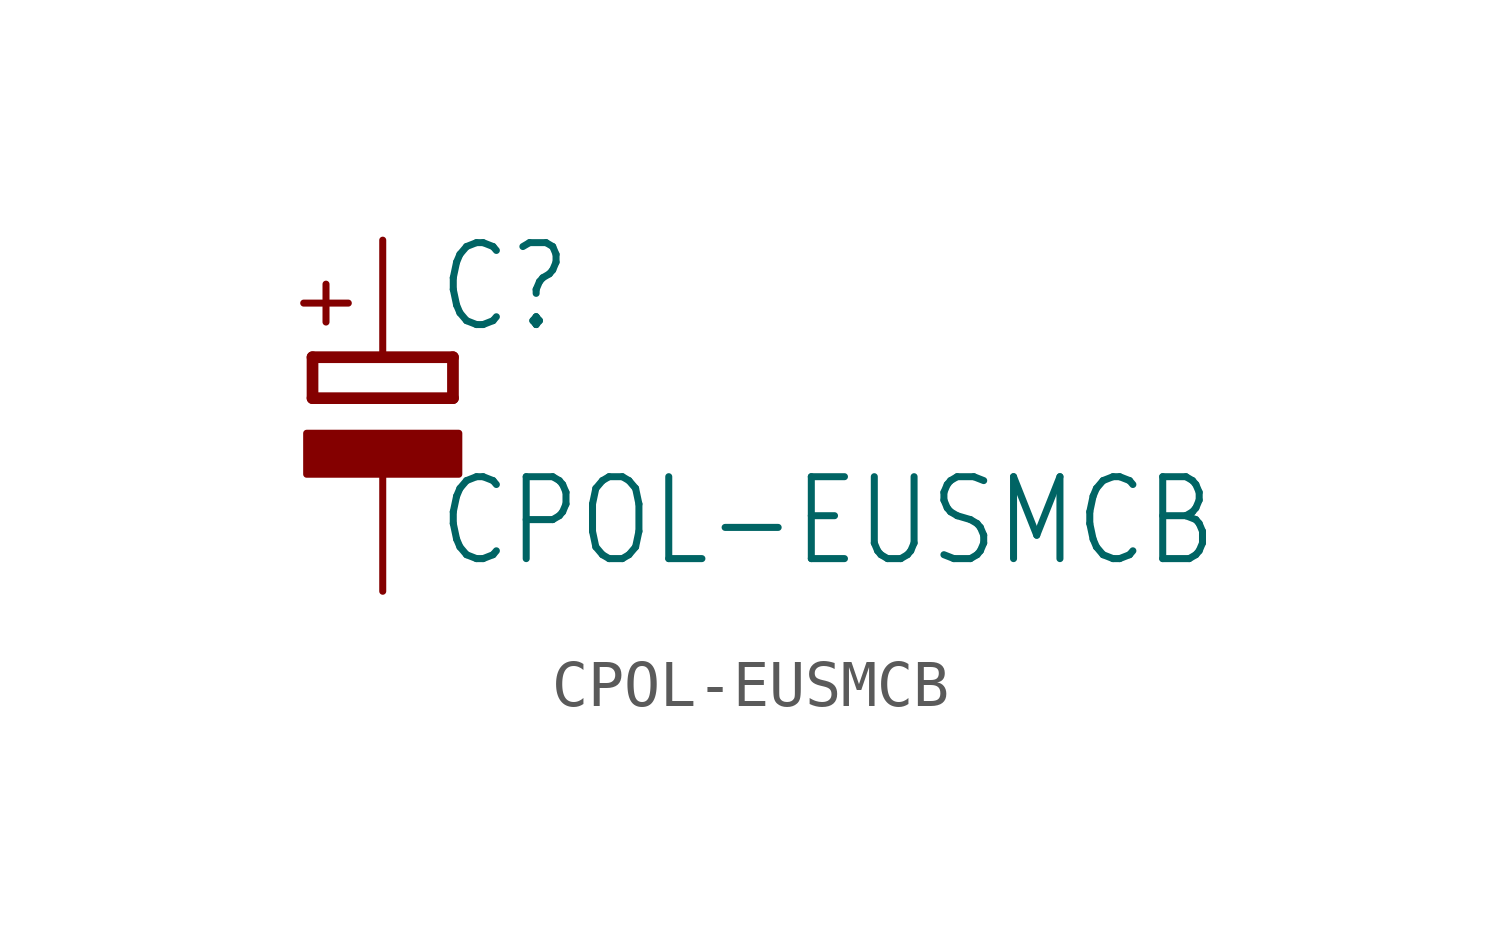
<source format=kicad_sym>
(kicad_symbol_lib
  (version 20220914)
  (generator kicad_symbol_editor)
  (symbol "CPOL-EUSMCB"
    (property "Reference" "C"
      (at 1.143 0.483 0)
      (effects (font (size 1.778 1.511)) (justify left bottom)))
    (property "Value" "CPOL-EUSMCB"
      (at 1.143 -4.597 0)
      (effects (font (size 1.778 1.511)) (justify left bottom)))
    (property "ki_locked" ""
      (at 0 0 0)
      (effects (font (size 1.27 1.27))))
    (symbol "CPOL-EUSMCB_1_0"
      (rectangle (start -1.651 -2.54) (end 1.651 -1.651) (stroke (width 0) (type default)) (fill (type outline)))
      (polyline (pts (xy -1.524 -0.889) (xy 1.524 -0.889)) (stroke (width 0.254) (type default)) (fill (type none)))
      (polyline (pts (xy -1.524 0) (xy -1.524 -0.889)) (stroke (width 0.254) (type default)) (fill (type none)))
      (polyline (pts (xy -1.524 0) (xy 1.524 0)) (stroke (width 0.254) (type default)) (fill (type none)))
      (polyline (pts (xy 1.524 -0.889) (xy 1.524 0)) (stroke (width 0.254) (type default)) (fill (type none)))
      (text "+" (at -0.584 0.406 900) (effects (font (size 1.27 1.079)) (justify left bottom)))
      (pin passive line (at 0 2.54 270) (length 2.54) (name "+" (effects (font (size 0 0)))) (number "+" (effects (font (size 0 0)))))
      (pin passive line (at 0 -5.08 90) (length 2.54) (name "-" (effects (font (size 0 0)))) (number "-" (effects (font (size 0 0))))))))
</source>
